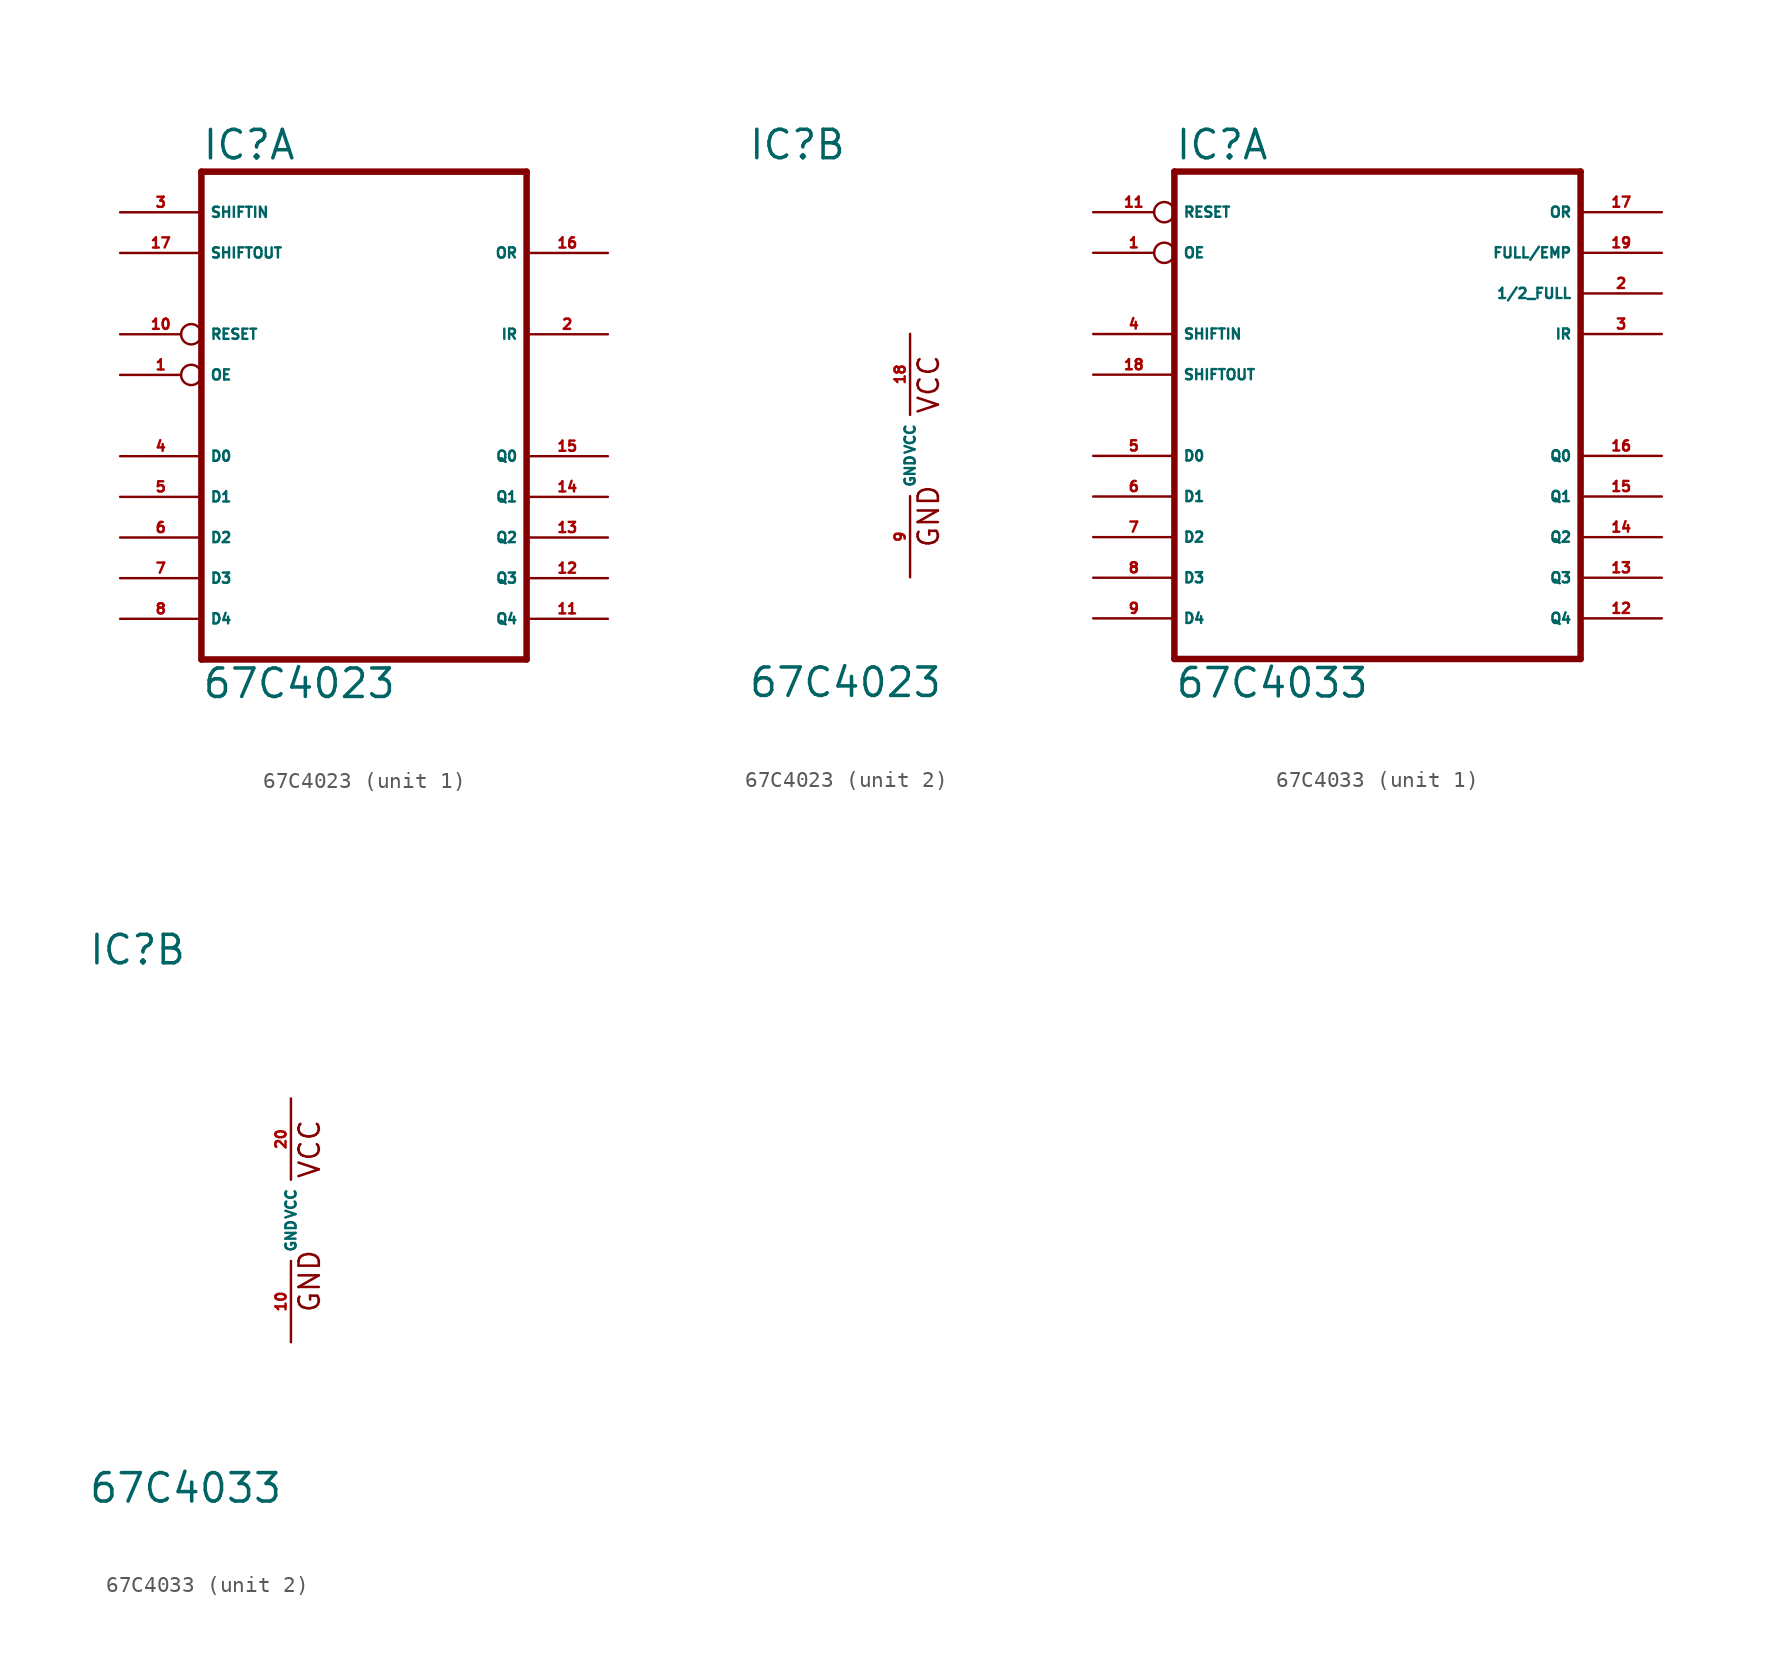
<source format=kicad_sym>
(kicad_symbol_lib
  (version 20220914)
  (generator Eagle2Kicad)
  (symbol "67C4023"
    (property "Reference" "IC"
      (at -10.16 18.415 0)
      (effects (font (size 1.778 1.778) (thickness 0.22)) (justify left bottom)))
    (property "Value" "67C4023"
      (at -10.16 -15.24 0)
      (effects (font (size 1.778 1.778) (thickness 0.22)) (justify left bottom)))
    (symbol "67C4023_1_0"
      (polyline (pts (xy -10.16 -12.7) (xy 10.16 -12.7)) (stroke (width 0.406) (type default)) (fill (type none)))
      (polyline (pts (xy 10.16 17.78) (xy 10.16 -12.7)) (stroke (width 0.406) (type default)) (fill (type none)))
      (polyline (pts (xy 10.16 17.78) (xy -10.16 17.78)) (stroke (width 0.406) (type default)) (fill (type none)))
      (polyline (pts (xy -10.16 -12.7) (xy -10.16 17.78)) (stroke (width 0.406) (type default)) (fill (type none)))
      (pin input inverted (at -15.24 7.62 0) (length 5.08) (name "RESET" (effects (font (size 0.635 0.635) (thickness 0.08)) (justify left bottom))) (number "10" (effects (font (size 0.635 0.635) (thickness 0.08)) (justify left bottom))))
      (pin input line (at -15.24 15.24 0) (length 5.08) (name "SHIFTIN" (effects (font (size 0.635 0.635) (thickness 0.08)) (justify left bottom))) (number "3" (effects (font (size 0.635 0.635) (thickness 0.08)) (justify left bottom))))
      (pin input line (at -15.24 12.7 0) (length 5.08) (name "SHIFTOUT" (effects (font (size 0.635 0.635) (thickness 0.08)) (justify left bottom))) (number "17" (effects (font (size 0.635 0.635) (thickness 0.08)) (justify left bottom))))
      (pin input inverted (at -15.24 5.08 0) (length 5.08) (name "OE" (effects (font (size 0.635 0.635) (thickness 0.08)) (justify left bottom))) (number "1" (effects (font (size 0.635 0.635) (thickness 0.08)) (justify left bottom))))
      (pin input line (at -15.24 0 0) (length 5.08) (name "D0" (effects (font (size 0.635 0.635) (thickness 0.08)) (justify left bottom))) (number "4" (effects (font (size 0.635 0.635) (thickness 0.08)) (justify left bottom))))
      (pin input line (at -15.24 -2.54 0) (length 5.08) (name "D1" (effects (font (size 0.635 0.635) (thickness 0.08)) (justify left bottom))) (number "5" (effects (font (size 0.635 0.635) (thickness 0.08)) (justify left bottom))))
      (pin input line (at -15.24 -5.08 0) (length 5.08) (name "D2" (effects (font (size 0.635 0.635) (thickness 0.08)) (justify left bottom))) (number "6" (effects (font (size 0.635 0.635) (thickness 0.08)) (justify left bottom))))
      (pin input line (at -15.24 -7.62 0) (length 5.08) (name "D3" (effects (font (size 0.635 0.635) (thickness 0.08)) (justify left bottom))) (number "7" (effects (font (size 0.635 0.635) (thickness 0.08)) (justify left bottom))))
      (pin tri_state line (at 15.24 -7.62 180) (length 5.08) (name "Q3" (effects (font (size 0.635 0.635) (thickness 0.08)) (justify left bottom))) (number "12" (effects (font (size 0.635 0.635) (thickness 0.08)) (justify left bottom))))
      (pin tri_state line (at 15.24 -5.08 180) (length 5.08) (name "Q2" (effects (font (size 0.635 0.635) (thickness 0.08)) (justify left bottom))) (number "13" (effects (font (size 0.635 0.635) (thickness 0.08)) (justify left bottom))))
      (pin tri_state line (at 15.24 -2.54 180) (length 5.08) (name "Q1" (effects (font (size 0.635 0.635) (thickness 0.08)) (justify left bottom))) (number "14" (effects (font (size 0.635 0.635) (thickness 0.08)) (justify left bottom))))
      (pin tri_state line (at 15.24 0 180) (length 5.08) (name "Q0" (effects (font (size 0.635 0.635) (thickness 0.08)) (justify left bottom))) (number "15" (effects (font (size 0.635 0.635) (thickness 0.08)) (justify left bottom))))
      (pin output line (at 15.24 12.7 180) (length 5.08) (name "OR" (effects (font (size 0.635 0.635) (thickness 0.08)) (justify left bottom))) (number "16" (effects (font (size 0.635 0.635) (thickness 0.08)) (justify left bottom))))
      (pin output line (at 15.24 7.62 180) (length 5.08) (name "IR" (effects (font (size 0.635 0.635) (thickness 0.08)) (justify left bottom))) (number "2" (effects (font (size 0.635 0.635) (thickness 0.08)) (justify left bottom))))
      (pin input line (at -15.24 -10.16 0) (length 5.08) (name "D4" (effects (font (size 0.635 0.635) (thickness 0.08)) (justify left bottom))) (number "8" (effects (font (size 0.635 0.635) (thickness 0.08)) (justify left bottom))))
      (pin tri_state line (at 15.24 -10.16 180) (length 5.08) (name "Q4" (effects (font (size 0.635 0.635) (thickness 0.08)) (justify left bottom))) (number "11" (effects (font (size 0.635 0.635) (thickness 0.08)) (justify left bottom)))))
    (symbol "67C4023_2_0"
      (text "GND" (at 1.905 -5.842 900) (effects (font (size 1.27 1.27) (thickness 0.16)) (justify left bottom)))
      (text "VCC" (at 1.905 2.54 900) (effects (font (size 1.27 1.27) (thickness 0.16)) (justify left bottom)))
      (pin unspecified line (at 0 -7.62 90) (length 5.08) (name "GND" (effects (font (size 0.635 0.635) (thickness 0.08)) (justify left bottom))) (number "9" (effects (font (size 0.635 0.635) (thickness 0.08)) (justify left bottom))))
      (pin unspecified line (at 0 7.62 270) (length 5.08) (name "VCC" (effects (font (size 0.635 0.635) (thickness 0.08)) (justify left bottom))) (number "18" (effects (font (size 0.635 0.635) (thickness 0.08)) (justify left bottom))))))
  (symbol "67C4033"
    (property "Reference" "IC"
      (at -12.7 15.875 0)
      (effects (font (size 1.778 1.778) (thickness 0.22)) (justify left bottom)))
    (property "Value" "67C4033"
      (at -12.7 -17.78 0)
      (effects (font (size 1.778 1.778) (thickness 0.22)) (justify left bottom)))
    (symbol "67C4033_1_0"
      (polyline (pts (xy -12.7 -15.24) (xy 12.7 -15.24)) (stroke (width 0.406) (type default)) (fill (type none)))
      (polyline (pts (xy 12.7 15.24) (xy 12.7 -15.24)) (stroke (width 0.406) (type default)) (fill (type none)))
      (polyline (pts (xy 12.7 15.24) (xy -12.7 15.24)) (stroke (width 0.406) (type default)) (fill (type none)))
      (polyline (pts (xy -12.7 -15.24) (xy -12.7 15.24)) (stroke (width 0.406) (type default)) (fill (type none)))
      (pin input inverted (at -17.78 12.7 0) (length 5.08) (name "RESET" (effects (font (size 0.635 0.635) (thickness 0.08)) (justify left bottom))) (number "11" (effects (font (size 0.635 0.635) (thickness 0.08)) (justify left bottom))))
      (pin input line (at -17.78 5.08 0) (length 5.08) (name "SHIFTIN" (effects (font (size 0.635 0.635) (thickness 0.08)) (justify left bottom))) (number "4" (effects (font (size 0.635 0.635) (thickness 0.08)) (justify left bottom))))
      (pin input line (at -17.78 2.54 0) (length 5.08) (name "SHIFTOUT" (effects (font (size 0.635 0.635) (thickness 0.08)) (justify left bottom))) (number "18" (effects (font (size 0.635 0.635) (thickness 0.08)) (justify left bottom))))
      (pin input inverted (at -17.78 10.16 0) (length 5.08) (name "OE" (effects (font (size 0.635 0.635) (thickness 0.08)) (justify left bottom))) (number "1" (effects (font (size 0.635 0.635) (thickness 0.08)) (justify left bottom))))
      (pin input line (at -17.78 -2.54 0) (length 5.08) (name "D0" (effects (font (size 0.635 0.635) (thickness 0.08)) (justify left bottom))) (number "5" (effects (font (size 0.635 0.635) (thickness 0.08)) (justify left bottom))))
      (pin input line (at -17.78 -5.08 0) (length 5.08) (name "D1" (effects (font (size 0.635 0.635) (thickness 0.08)) (justify left bottom))) (number "6" (effects (font (size 0.635 0.635) (thickness 0.08)) (justify left bottom))))
      (pin input line (at -17.78 -7.62 0) (length 5.08) (name "D2" (effects (font (size 0.635 0.635) (thickness 0.08)) (justify left bottom))) (number "7" (effects (font (size 0.635 0.635) (thickness 0.08)) (justify left bottom))))
      (pin input line (at -17.78 -10.16 0) (length 5.08) (name "D3" (effects (font (size 0.635 0.635) (thickness 0.08)) (justify left bottom))) (number "8" (effects (font (size 0.635 0.635) (thickness 0.08)) (justify left bottom))))
      (pin tri_state line (at 17.78 -10.16 180) (length 5.08) (name "Q3" (effects (font (size 0.635 0.635) (thickness 0.08)) (justify left bottom))) (number "13" (effects (font (size 0.635 0.635) (thickness 0.08)) (justify left bottom))))
      (pin tri_state line (at 17.78 -7.62 180) (length 5.08) (name "Q2" (effects (font (size 0.635 0.635) (thickness 0.08)) (justify left bottom))) (number "14" (effects (font (size 0.635 0.635) (thickness 0.08)) (justify left bottom))))
      (pin tri_state line (at 17.78 -5.08 180) (length 5.08) (name "Q1" (effects (font (size 0.635 0.635) (thickness 0.08)) (justify left bottom))) (number "15" (effects (font (size 0.635 0.635) (thickness 0.08)) (justify left bottom))))
      (pin tri_state line (at 17.78 -2.54 180) (length 5.08) (name "Q0" (effects (font (size 0.635 0.635) (thickness 0.08)) (justify left bottom))) (number "16" (effects (font (size 0.635 0.635) (thickness 0.08)) (justify left bottom))))
      (pin output line (at 17.78 12.7 180) (length 5.08) (name "OR" (effects (font (size 0.635 0.635) (thickness 0.08)) (justify left bottom))) (number "17" (effects (font (size 0.635 0.635) (thickness 0.08)) (justify left bottom))))
      (pin output line (at 17.78 5.08 180) (length 5.08) (name "IR" (effects (font (size 0.635 0.635) (thickness 0.08)) (justify left bottom))) (number "3" (effects (font (size 0.635 0.635) (thickness 0.08)) (justify left bottom))))
      (pin output line (at 17.78 10.16 180) (length 5.08) (name "FULL/EMP" (effects (font (size 0.635 0.635) (thickness 0.08)) (justify left bottom))) (number "19" (effects (font (size 0.635 0.635) (thickness 0.08)) (justify left bottom))))
      (pin output line (at 17.78 7.62 180) (length 5.08) (name "1/2_FULL" (effects (font (size 0.635 0.635) (thickness 0.08)) (justify left bottom))) (number "2" (effects (font (size 0.635 0.635) (thickness 0.08)) (justify left bottom))))
      (pin input line (at -17.78 -12.7 0) (length 5.08) (name "D4" (effects (font (size 0.635 0.635) (thickness 0.08)) (justify left bottom))) (number "9" (effects (font (size 0.635 0.635) (thickness 0.08)) (justify left bottom))))
      (pin tri_state line (at 17.78 -12.7 180) (length 5.08) (name "Q4" (effects (font (size 0.635 0.635) (thickness 0.08)) (justify left bottom))) (number "12" (effects (font (size 0.635 0.635) (thickness 0.08)) (justify left bottom)))))
    (symbol "67C4033_2_0"
      (text "GND" (at 1.905 -5.842 900) (effects (font (size 1.27 1.27) (thickness 0.16)) (justify left bottom)))
      (text "VCC" (at 1.905 2.54 900) (effects (font (size 1.27 1.27) (thickness 0.16)) (justify left bottom)))
      (pin unspecified line (at 0 -7.62 90) (length 5.08) (name "GND" (effects (font (size 0.635 0.635) (thickness 0.08)) (justify left bottom))) (number "10" (effects (font (size 0.635 0.635) (thickness 0.08)) (justify left bottom))))
      (pin unspecified line (at 0 7.62 270) (length 5.08) (name "VCC" (effects (font (size 0.635 0.635) (thickness 0.08)) (justify left bottom))) (number "20" (effects (font (size 0.635 0.635) (thickness 0.08)) (justify left bottom)))))))
</source>
